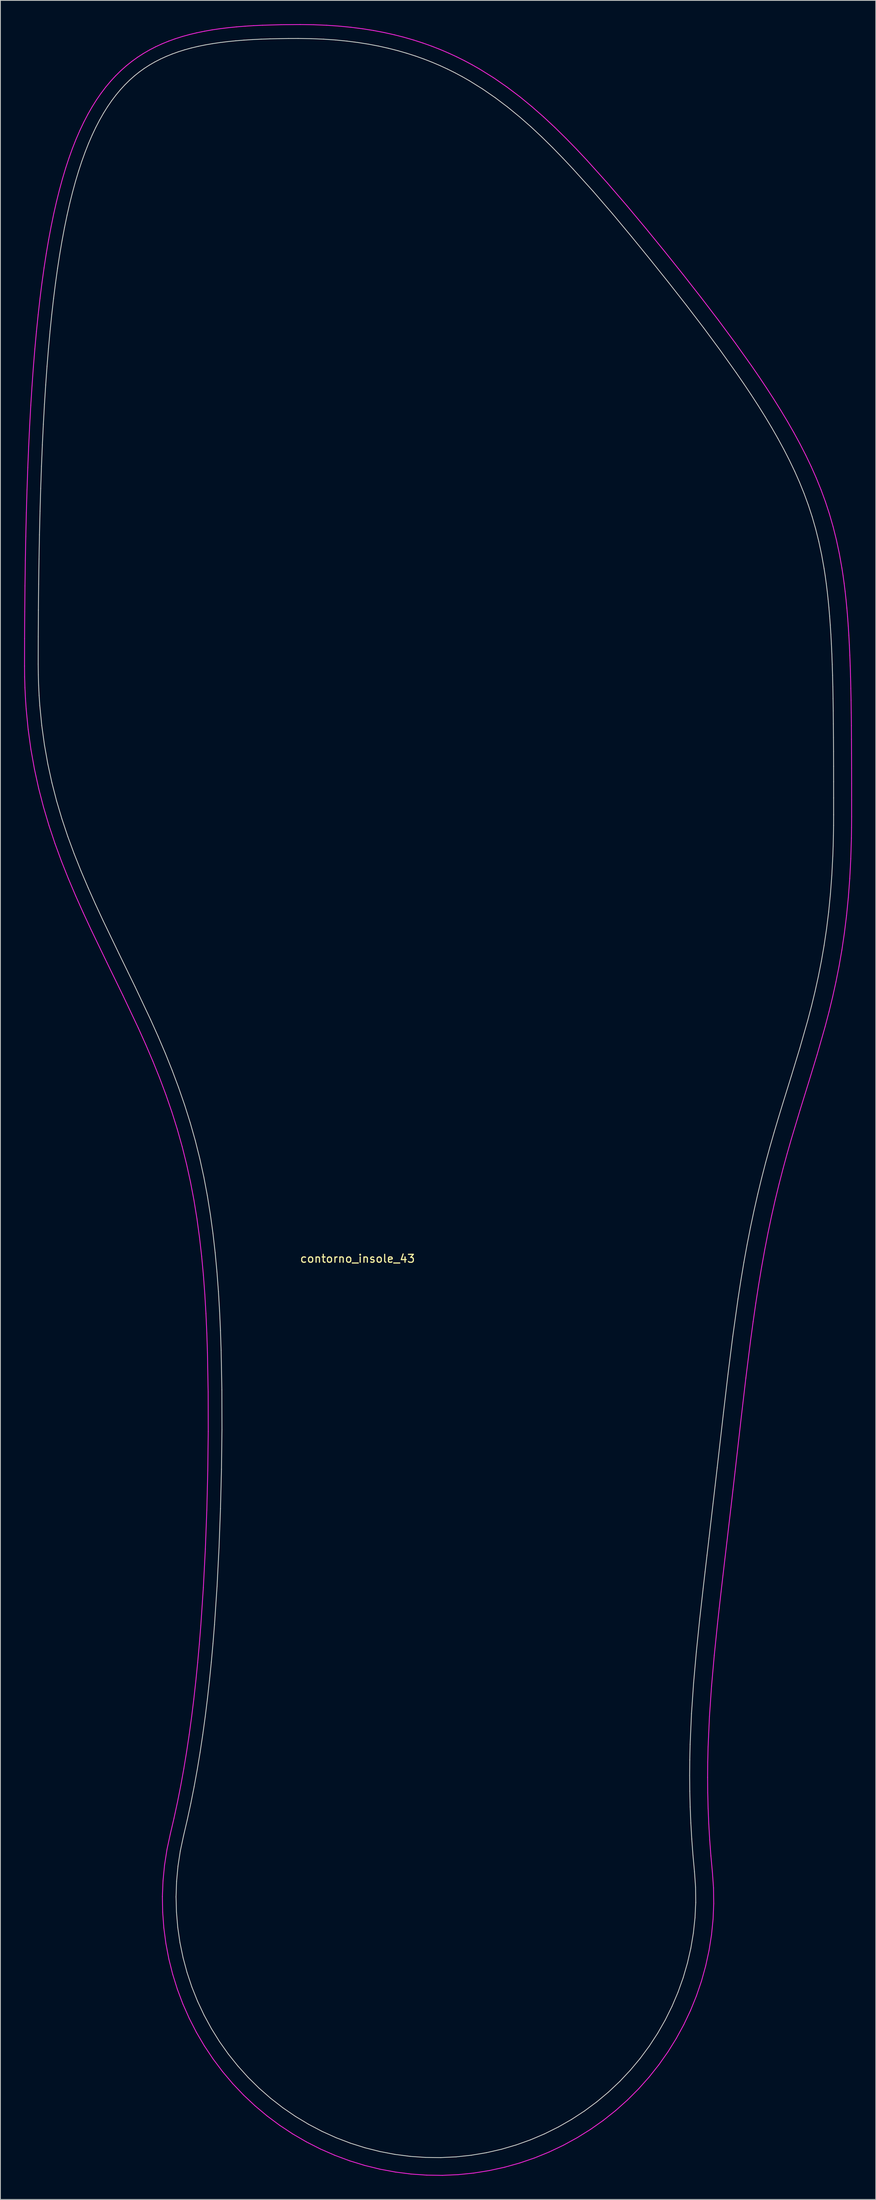
<source format=kicad_pcb>
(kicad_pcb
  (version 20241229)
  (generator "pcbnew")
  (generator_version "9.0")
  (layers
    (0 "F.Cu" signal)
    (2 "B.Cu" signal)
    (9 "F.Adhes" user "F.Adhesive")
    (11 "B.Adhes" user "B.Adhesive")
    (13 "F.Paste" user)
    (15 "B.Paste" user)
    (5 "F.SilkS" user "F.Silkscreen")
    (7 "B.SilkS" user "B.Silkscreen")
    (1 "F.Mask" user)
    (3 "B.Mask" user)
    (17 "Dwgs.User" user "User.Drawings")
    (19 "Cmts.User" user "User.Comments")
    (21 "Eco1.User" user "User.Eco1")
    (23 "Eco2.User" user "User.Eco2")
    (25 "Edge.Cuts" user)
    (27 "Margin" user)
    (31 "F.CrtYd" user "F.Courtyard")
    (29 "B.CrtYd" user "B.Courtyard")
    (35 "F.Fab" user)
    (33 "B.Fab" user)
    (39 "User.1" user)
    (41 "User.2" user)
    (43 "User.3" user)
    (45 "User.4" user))
  (footprint "contorno_insole_43"
    (layer "F.Cu")
    (at 52.82 153.226)
    (property "Reference" "contorno_insole_43" (at -10.7 2.7 0) (layer "F.SilkS") (effects (font (size 1 1) (thickness 0.15))))
    (attr through_hole)
    (fp_line (start -51.043 -72.392) (end -51.03 -71.057) (stroke (width 0.1) (type solid)) (layer "Edge.Cuts"))
    (fp_line (start -51.037 -75.858) (end -51.043 -72.392) (stroke (width 0.1) (type solid)) (layer "Edge.Cuts"))
    (fp_line (start -51.03 -71.057) (end -50.992 -69.74) (stroke (width 0.1) (type solid)) (layer "Edge.Cuts"))
    (fp_line (start -51.018 -79.223) (end -51.037 -75.858) (stroke (width 0.1) (type solid)) (layer "Edge.Cuts"))
    (fp_line (start -50.992 -69.74) (end -50.929 -68.439) (stroke (width 0.1) (type solid)) (layer "Edge.Cuts"))
    (fp_line (start -50.987 -82.49) (end -51.018 -79.223) (stroke (width 0.1) (type solid)) (layer "Edge.Cuts"))
    (fp_line (start -50.942 -85.658) (end -50.987 -82.49) (stroke (width 0.1) (type solid)) (layer "Edge.Cuts"))
    (fp_line (start -50.929 -68.439) (end -50.841 -67.155) (stroke (width 0.1) (type solid)) (layer "Edge.Cuts"))
    (fp_line (start -50.884 -88.73) (end -50.942 -85.658) (stroke (width 0.1) (type solid)) (layer "Edge.Cuts"))
    (fp_line (start -50.841 -67.155) (end -50.593 -64.633) (stroke (width 0.1) (type solid)) (layer "Edge.Cuts"))
    (fp_line (start -50.813 -91.708) (end -50.884 -88.73) (stroke (width 0.1) (type solid)) (layer "Edge.Cuts"))
    (fp_line (start -50.729 -94.591) (end -50.813 -91.708) (stroke (width 0.1) (type solid)) (layer "Edge.Cuts"))
    (fp_line (start -50.631 -97.382) (end -50.729 -94.591) (stroke (width 0.1) (type solid)) (layer "Edge.Cuts"))
    (fp_line (start -50.593 -64.633) (end -50.253 -62.171) (stroke (width 0.1) (type solid)) (layer "Edge.Cuts"))
    (fp_line (start -50.519 -100.083) (end -50.631 -97.382) (stroke (width 0.1) (type solid)) (layer "Edge.Cuts"))
    (fp_line (start -50.393 -102.693) (end -50.519 -100.083) (stroke (width 0.1) (type solid)) (layer "Edge.Cuts"))
    (fp_line (start -50.253 -62.171) (end -49.825 -59.764) (stroke (width 0.1) (type solid)) (layer "Edge.Cuts"))
    (fp_line (start -50.253 -105.216) (end -50.393 -102.693) (stroke (width 0.1) (type solid)) (layer "Edge.Cuts"))
    (fp_line (start -50.098 -107.652) (end -50.253 -105.216) (stroke (width 0.1) (type solid)) (layer "Edge.Cuts"))
    (fp_line (start -49.929 -110.002) (end -50.098 -107.652) (stroke (width 0.1) (type solid)) (layer "Edge.Cuts"))
    (fp_line (start -49.825 -59.764) (end -49.312 -57.411) (stroke (width 0.1) (type solid)) (layer "Edge.Cuts"))
    (fp_line (start -49.745 -112.268) (end -49.929 -110.002) (stroke (width 0.1) (type solid)) (layer "Edge.Cuts"))
    (fp_line (start -49.546 -114.451) (end -49.745 -112.268) (stroke (width 0.1) (type solid)) (layer "Edge.Cuts"))
    (fp_line (start -49.332 -116.553) (end -49.546 -114.451) (stroke (width 0.1) (type solid)) (layer "Edge.Cuts"))
    (fp_line (start -49.312 -57.411) (end -48.719 -55.106) (stroke (width 0.1) (type solid)) (layer "Edge.Cuts"))
    (fp_line (start -49.103 -118.574) (end -49.332 -116.553) (stroke (width 0.1) (type solid)) (layer "Edge.Cuts"))
    (fp_line (start -48.858 -120.518) (end -49.103 -118.574) (stroke (width 0.1) (type solid)) (layer "Edge.Cuts"))
    (fp_line (start -48.719 -55.106) (end -48.049 -52.848) (stroke (width 0.1) (type solid)) (layer "Edge.Cuts"))
    (fp_line (start -48.598 -122.383) (end -48.858 -120.518) (stroke (width 0.1) (type solid)) (layer "Edge.Cuts"))
    (fp_line (start -48.322 -124.173) (end -48.598 -122.383) (stroke (width 0.1) (type solid)) (layer "Edge.Cuts"))
    (fp_line (start -48.049 -52.848) (end -47.309 -50.629) (stroke (width 0.1) (type solid)) (layer "Edge.Cuts"))
    (fp_line (start -48.03 -125.888) (end -48.322 -124.173) (stroke (width 0.1) (type solid)) (layer "Edge.Cuts"))
    (fp_line (start -47.722 -127.53) (end -48.03 -125.888) (stroke (width 0.1) (type solid)) (layer "Edge.Cuts"))
    (fp_line (start -47.397 -129.1) (end -47.722 -127.53) (stroke (width 0.1) (type solid)) (layer "Edge.Cuts"))
    (fp_line (start -47.309 -50.629) (end -46.505 -48.445) (stroke (width 0.1) (type solid)) (layer "Edge.Cuts"))
    (fp_line (start -47.057 -130.597) (end -47.397 -129.1) (stroke (width 0.1) (type solid)) (layer "Edge.Cuts"))
    (fp_line (start -46.7 -132.025) (end -47.057 -130.597) (stroke (width 0.1) (type solid)) (layer "Edge.Cuts"))
    (fp_line (start -46.505 -48.445) (end -45.648 -46.291) (stroke (width 0.1) (type solid)) (layer "Edge.Cuts"))
    (fp_line (start -46.328 -133.385) (end -46.7 -132.025) (stroke (width 0.1) (type solid)) (layer "Edge.Cuts"))
    (fp_line (start -45.939 -134.678) (end -46.328 -133.385) (stroke (width 0.1) (type solid)) (layer "Edge.Cuts"))
    (fp_line (start -45.648 -46.291) (end -44.744 -44.163) (stroke (width 0.1) (type solid)) (layer "Edge.Cuts"))
    (fp_line (start -45.535 -135.905) (end -45.939 -134.678) (stroke (width 0.1) (type solid)) (layer "Edge.Cuts"))
    (fp_line (start -45.116 -137.069) (end -45.535 -135.905) (stroke (width 0.1) (type solid)) (layer "Edge.Cuts"))
    (fp_line (start -44.744 -44.163) (end -43.803 -42.055) (stroke (width 0.1) (type solid)) (layer "Edge.Cuts"))
    (fp_line (start -44.681 -138.171) (end -45.116 -137.069) (stroke (width 0.1) (type solid)) (layer "Edge.Cuts"))
    (fp_line (start -44.23 -139.212) (end -44.681 -138.171) (stroke (width 0.1) (type solid)) (layer "Edge.Cuts"))
    (fp_line (start -43.803 -42.055) (end -42.832 -39.963) (stroke (width 0.1) (type solid)) (layer "Edge.Cuts"))
    (fp_line (start -43.765 -140.194) (end -44.23 -139.212) (stroke (width 0.1) (type solid)) (layer "Edge.Cuts"))
    (fp_line (start -43.284 -141.119) (end -43.765 -140.194) (stroke (width 0.1) (type solid)) (layer "Edge.Cuts"))
    (fp_line (start -42.832 -39.963) (end -40.834 -35.809) (stroke (width 0.1) (type solid)) (layer "Edge.Cuts"))
    (fp_line (start -42.788 -141.989) (end -43.284 -141.119) (stroke (width 0.1) (type solid)) (layer "Edge.Cuts"))
    (fp_line (start -42.278 -142.804) (end -42.788 -141.989) (stroke (width 0.1) (type solid)) (layer "Edge.Cuts"))
    (fp_line (start -41.753 -143.567) (end -42.278 -142.804) (stroke (width 0.1) (type solid)) (layer "Edge.Cuts"))
    (fp_line (start -41.213 -144.279) (end -41.753 -143.567) (stroke (width 0.1) (type solid)) (layer "Edge.Cuts"))
    (fp_line (start -40.834 -35.809) (end -38.816 -31.663) (stroke (width 0.1) (type solid)) (layer "Edge.Cuts"))
    (fp_line (start -40.659 -144.944) (end -41.213 -144.279) (stroke (width 0.1) (type solid)) (layer "Edge.Cuts"))
    (fp_line (start -40.089 -145.564) (end -40.659 -144.944) (stroke (width 0.1) (type solid)) (layer "Edge.Cuts"))
    (fp_line (start -39.504 -146.142) (end -40.089 -145.564) (stroke (width 0.1) (type solid)) (layer "Edge.Cuts"))
    (fp_line (start -38.901 -146.679) (end -39.504 -146.142) (stroke (width 0.1) (type solid)) (layer "Edge.Cuts"))
    (fp_line (start -38.816 -31.663) (end -36.845 -27.488) (stroke (width 0.1) (type solid)) (layer "Edge.Cuts"))
    (fp_line (start -38.281 -147.177) (end -38.901 -146.679) (stroke (width 0.1) (type solid)) (layer "Edge.Cuts"))
    (fp_line (start -37.64 -147.639) (end -38.281 -147.177) (stroke (width 0.1) (type solid)) (layer "Edge.Cuts"))
    (fp_line (start -36.979 -148.065) (end -37.64 -147.639) (stroke (width 0.1) (type solid)) (layer "Edge.Cuts"))
    (fp_line (start -36.845 -27.488) (end -35.897 -25.377) (stroke (width 0.1) (type solid)) (layer "Edge.Cuts"))
    (fp_line (start -36.297 -148.459) (end -36.979 -148.065) (stroke (width 0.1) (type solid)) (layer "Edge.Cuts"))
    (fp_line (start -35.897 -25.377) (end -34.988 -23.245) (stroke (width 0.1) (type solid)) (layer "Edge.Cuts"))
    (fp_line (start -35.592 -148.821) (end -36.297 -148.459) (stroke (width 0.1) (type solid)) (layer "Edge.Cuts"))
    (fp_line (start -34.988 -23.245) (end -34.123 -21.09) (stroke (width 0.1) (type solid)) (layer "Edge.Cuts"))
    (fp_line (start -34.863 -149.153) (end -35.592 -148.821) (stroke (width 0.1) (type solid)) (layer "Edge.Cuts"))
    (fp_line (start -34.123 -21.09) (end -33.307 -18.909) (stroke (width 0.1) (type solid)) (layer "Edge.Cuts"))
    (fp_line (start -34.109 -149.458) (end -34.863 -149.153) (stroke (width 0.1) (type solid)) (layer "Edge.Cuts"))
    (fp_line (start -33.628 83.308) (end -33.577 85.244) (stroke (width 0.1) (type solid)) (layer "Edge.Cuts"))
    (fp_line (start -33.577 85.244) (end -33.413 87.174) (stroke (width 0.1) (type solid)) (layer "Edge.Cuts"))
    (fp_line (start -33.564 81.373) (end -33.628 83.308) (stroke (width 0.1) (type solid)) (layer "Edge.Cuts"))
    (fp_line (start -33.413 87.174) (end -33.135 89.09) (stroke (width 0.1) (type solid)) (layer "Edge.Cuts"))
    (fp_line (start -33.386 79.444) (end -33.564 81.373) (stroke (width 0.1) (type solid)) (layer "Edge.Cuts"))
    (fp_line (start -33.329 -149.738) (end -34.109 -149.458) (stroke (width 0.1) (type solid)) (layer "Edge.Cuts"))
    (fp_line (start -33.307 -18.909) (end -32.544 -16.703) (stroke (width 0.1) (type solid)) (layer "Edge.Cuts"))
    (fp_line (start -33.135 89.09) (end -32.745 90.987) (stroke (width 0.1) (type solid)) (layer "Edge.Cuts"))
    (fp_line (start -33.095 77.53) (end -33.386 79.444) (stroke (width 0.1) (type solid)) (layer "Edge.Cuts"))
    (fp_line (start -32.745 90.987) (end -32.243 92.858) (stroke (width 0.1) (type solid)) (layer "Edge.Cuts"))
    (fp_line (start -32.692 75.636) (end -33.095 77.53) (stroke (width 0.1) (type solid)) (layer "Edge.Cuts"))
    (fp_line (start -32.544 -16.703) (end -31.84 -14.469) (stroke (width 0.1) (type solid)) (layer "Edge.Cuts"))
    (fp_line (start -32.522 -149.992) (end -33.329 -149.738) (stroke (width 0.1) (type solid)) (layer "Edge.Cuts"))
    (fp_line (start -32.243 92.858) (end -31.632 94.695) (stroke (width 0.1) (type solid)) (layer "Edge.Cuts"))
    (fp_line (start -32.212 73.587) (end -32.692 75.636) (stroke (width 0.1) (type solid)) (layer "Edge.Cuts"))
    (fp_line (start -31.84 -14.469) (end -31.198 -12.206) (stroke (width 0.1) (type solid)) (layer "Edge.Cuts"))
    (fp_line (start -31.762 71.503) (end -32.212 73.587) (stroke (width 0.1) (type solid)) (layer "Edge.Cuts"))
    (fp_line (start -31.687 -150.22) (end -32.522 -149.992) (stroke (width 0.1) (type solid)) (layer "Edge.Cuts"))
    (fp_line (start -31.632 94.695) (end -30.913 96.494) (stroke (width 0.1) (type solid)) (layer "Edge.Cuts"))
    (fp_line (start -31.342 69.385) (end -31.762 71.503) (stroke (width 0.1) (type solid)) (layer "Edge.Cuts"))
    (fp_line (start -31.198 -12.206) (end -30.623 -9.913) (stroke (width 0.1) (type solid)) (layer "Edge.Cuts"))
    (fp_line (start -30.952 67.234) (end -31.342 69.385) (stroke (width 0.1) (type solid)) (layer "Edge.Cuts"))
    (fp_line (start -30.913 96.494) (end -30.09 98.247) (stroke (width 0.1) (type solid)) (layer "Edge.Cuts"))
    (fp_line (start -30.823 -150.424) (end -31.687 -150.22) (stroke (width 0.1) (type solid)) (layer "Edge.Cuts"))
    (fp_line (start -30.623 -9.913) (end -30.116 -7.591) (stroke (width 0.1) (type solid)) (layer "Edge.Cuts"))
    (fp_line (start -30.59 65.05) (end -30.952 67.234) (stroke (width 0.1) (type solid)) (layer "Edge.Cuts"))
    (fp_line (start -30.257 62.834) (end -30.59 65.05) (stroke (width 0.1) (type solid)) (layer "Edge.Cuts"))
    (fp_line (start -30.116 -7.591) (end -29.673 -5.241) (stroke (width 0.1) (type solid)) (layer "Edge.Cuts"))
    (fp_line (start -30.09 98.247) (end -29.165 99.948) (stroke (width 0.1) (type solid)) (layer "Edge.Cuts"))
    (fp_line (start -29.949 60.586) (end -30.257 62.834) (stroke (width 0.1) (type solid)) (layer "Edge.Cuts"))
    (fp_line (start -29.931 -150.606) (end -30.823 -150.424) (stroke (width 0.1) (type solid)) (layer "Edge.Cuts"))
    (fp_line (start -29.673 -5.241) (end -29.291 -2.866) (stroke (width 0.1) (type solid)) (layer "Edge.Cuts"))
    (fp_line (start -29.667 58.309) (end -29.949 60.586) (stroke (width 0.1) (type solid)) (layer "Edge.Cuts"))
    (fp_line (start -29.41 56.004) (end -29.667 58.309) (stroke (width 0.1) (type solid)) (layer "Edge.Cuts"))
    (fp_line (start -29.291 -2.866) (end -28.963 -0.469) (stroke (width 0.1) (type solid)) (layer "Edge.Cuts"))
    (fp_line (start -29.175 53.673) (end -29.41 56.004) (stroke (width 0.1) (type solid)) (layer "Edge.Cuts"))
    (fp_line (start -29.165 99.948) (end -28.142 101.592) (stroke (width 0.1) (type solid)) (layer "Edge.Cuts"))
    (fp_line (start -29.011 -150.765) (end -29.931 -150.606) (stroke (width 0.1) (type solid)) (layer "Edge.Cuts"))
    (fp_line (start -28.963 -0.469) (end -28.688 1.95) (stroke (width 0.1) (type solid)) (layer "Edge.Cuts"))
    (fp_line (start -28.963 51.317) (end -29.175 53.673) (stroke (width 0.1) (type solid)) (layer "Edge.Cuts"))
    (fp_line (start -28.772 48.939) (end -28.963 51.317) (stroke (width 0.1) (type solid)) (layer "Edge.Cuts"))
    (fp_line (start -28.688 1.95) (end -28.46 4.387) (stroke (width 0.1) (type solid)) (layer "Edge.Cuts"))
    (fp_line (start -28.46 4.387) (end -28.275 6.841) (stroke (width 0.1) (type solid)) (layer "Edge.Cuts"))
    (fp_line (start -28.45 44.121) (end -28.772 48.939) (stroke (width 0.1) (type solid)) (layer "Edge.Cuts"))
    (fp_line (start -28.275 6.841) (end -28.129 9.309) (stroke (width 0.1) (type solid)) (layer "Edge.Cuts"))
    (fp_line (start -28.201 39.231) (end -28.45 44.121) (stroke (width 0.1) (type solid)) (layer "Edge.Cuts"))
    (fp_line (start -28.142 101.592) (end -27.023 103.172) (stroke (width 0.1) (type solid)) (layer "Edge.Cuts"))
    (fp_line (start -28.129 9.309) (end -28.018 11.789) (stroke (width 0.1) (type solid)) (layer "Edge.Cuts"))
    (fp_line (start -28.062 -150.904) (end -29.011 -150.765) (stroke (width 0.1) (type solid)) (layer "Edge.Cuts"))
    (fp_line (start -28.018 11.789) (end -27.936 14.279) (stroke (width 0.1) (type solid)) (layer "Edge.Cuts"))
    (fp_line (start -28.016 34.284) (end -28.201 39.231) (stroke (width 0.1) (type solid)) (layer "Edge.Cuts"))
    (fp_line (start -27.936 14.279) (end -27.84 19.279) (stroke (width 0.1) (type solid)) (layer "Edge.Cuts"))
    (fp_line (start -27.89 29.298) (end -28.016 34.284) (stroke (width 0.1) (type solid)) (layer "Edge.Cuts"))
    (fp_line (start -27.84 19.279) (end -27.828 24.29) (stroke (width 0.1) (type solid)) (layer "Edge.Cuts"))
    (fp_line (start -27.828 24.29) (end -27.89 29.298) (stroke (width 0.1) (type solid)) (layer "Edge.Cuts"))
    (fp_line (start -27.084 -151.024) (end -28.062 -150.904) (stroke (width 0.1) (type solid)) (layer "Edge.Cuts"))
    (fp_line (start -27.023 103.172) (end -25.812 104.684) (stroke (width 0.1) (type solid)) (layer "Edge.Cuts"))
    (fp_line (start -26.078 -151.125) (end -27.084 -151.024) (stroke (width 0.1) (type solid)) (layer "Edge.Cuts"))
    (fp_line (start -25.812 104.684) (end -24.515 106.122) (stroke (width 0.1) (type solid)) (layer "Edge.Cuts"))
    (fp_line (start -25.043 -151.209) (end -26.078 -151.125) (stroke (width 0.1) (type solid)) (layer "Edge.Cuts"))
    (fp_line (start -24.515 106.122) (end -23.135 107.481) (stroke (width 0.1) (type solid)) (layer "Edge.Cuts"))
    (fp_line (start -23.978 -151.277) (end -25.043 -151.209) (stroke (width 0.1) (type solid)) (layer "Edge.Cuts"))
    (fp_line (start -23.135 107.481) (end -21.678 108.756) (stroke (width 0.1) (type solid)) (layer "Edge.Cuts"))
    (fp_line (start -22.884 -151.33) (end -23.978 -151.277) (stroke (width 0.1) (type solid)) (layer "Edge.Cuts"))
    (fp_line (start -21.761 -151.369) (end -22.884 -151.33) (stroke (width 0.1) (type solid)) (layer "Edge.Cuts"))
    (fp_line (start -21.678 108.756) (end -20.148 109.943) (stroke (width 0.1) (type solid)) (layer "Edge.Cuts"))
    (fp_line (start -20.609 -151.395) (end -21.761 -151.369) (stroke (width 0.1) (type solid)) (layer "Edge.Cuts"))
    (fp_line (start -20.148 109.943) (end -18.55 111.038) (stroke (width 0.1) (type solid)) (layer "Edge.Cuts"))
    (fp_line (start -19.426 -151.41) (end -20.609 -151.395) (stroke (width 0.1) (type solid)) (layer "Edge.Cuts"))
    (fp_line (start -18.55 111.038) (end -16.891 112.037) (stroke (width 0.1) (type solid)) (layer "Edge.Cuts"))
    (fp_line (start -18.214 -151.415) (end -19.426 -151.41) (stroke (width 0.1) (type solid)) (layer "Edge.Cuts"))
    (fp_line (start -16.891 112.037) (end -15.176 112.936) (stroke (width 0.1) (type solid)) (layer "Edge.Cuts"))
    (fp_line (start -16.571 -151.394) (end -18.214 -151.415) (stroke (width 0.1) (type solid)) (layer "Edge.Cuts"))
    (fp_line (start -15.176 112.936) (end -13.411 113.732) (stroke (width 0.1) (type solid)) (layer "Edge.Cuts"))
    (fp_line (start -14.995 -151.33) (end -16.571 -151.394) (stroke (width 0.1) (type solid)) (layer "Edge.Cuts"))
    (fp_line (start -13.484 -151.227) (end -14.995 -151.33) (stroke (width 0.1) (type solid)) (layer "Edge.Cuts"))
    (fp_line (start -13.411 113.732) (end -11.602 114.423) (stroke (width 0.1) (type solid)) (layer "Edge.Cuts"))
    (fp_line (start -12.034 -151.085) (end -13.484 -151.227) (stroke (width 0.1) (type solid)) (layer "Edge.Cuts"))
    (fp_line (start -11.602 114.423) (end -9.755 115.006) (stroke (width 0.1) (type solid)) (layer "Edge.Cuts"))
    (fp_line (start -10.643 -150.907) (end -12.034 -151.085) (stroke (width 0.1) (type solid)) (layer "Edge.Cuts"))
    (fp_line (start -9.755 115.006) (end -7.877 115.479) (stroke (width 0.1) (type solid)) (layer "Edge.Cuts"))
    (fp_line (start -9.308 -150.695) (end -10.643 -150.907) (stroke (width 0.1) (type solid)) (layer "Edge.Cuts"))
    (fp_line (start -8.025 -150.451) (end -9.308 -150.695) (stroke (width 0.1) (type solid)) (layer "Edge.Cuts"))
    (fp_line (start -7.877 115.479) (end -5.974 115.841) (stroke (width 0.1) (type solid)) (layer "Edge.Cuts"))
    (fp_line (start -6.791 -150.176) (end -8.025 -150.451) (stroke (width 0.1) (type solid)) (layer "Edge.Cuts"))
    (fp_line (start -5.974 115.841) (end -4.054 116.09) (stroke (width 0.1) (type solid)) (layer "Edge.Cuts"))
    (fp_line (start -5.604 -149.873) (end -6.791 -150.176) (stroke (width 0.1) (type solid)) (layer "Edge.Cuts"))
    (fp_line (start -4.459 -149.543) (end -5.604 -149.873) (stroke (width 0.1) (type solid)) (layer "Edge.Cuts"))
    (fp_line (start -4.054 116.09) (end -2.122 116.225) (stroke (width 0.1) (type solid)) (layer "Edge.Cuts"))
    (fp_line (start -3.354 -149.188) (end -4.459 -149.543) (stroke (width 0.1) (type solid)) (layer "Edge.Cuts"))
    (fp_line (start -2.288 -148.809) (end -3.354 -149.188) (stroke (width 0.1) (type solid)) (layer "Edge.Cuts"))
    (fp_line (start -2.122 116.225) (end -0.186 116.246) (stroke (width 0.1) (type solid)) (layer "Edge.Cuts"))
    (fp_line (start -1.258 -148.406) (end -2.288 -148.809) (stroke (width 0.1) (type solid)) (layer "Edge.Cuts"))
    (fp_line (start -0.262 -147.981) (end -1.258 -148.406) (stroke (width 0.1) (type solid)) (layer "Edge.Cuts"))
    (fp_line (start -0.186 116.246) (end 1.749 116.152) (stroke (width 0.1) (type solid)) (layer "Edge.Cuts"))
    (fp_line (start 0.702 -147.535) (end -0.262 -147.981) (stroke (width 0.1) (type solid)) (layer "Edge.Cuts"))
    (fp_line (start 1.636 -147.069) (end 0.702 -147.535) (stroke (width 0.1) (type solid)) (layer "Edge.Cuts"))
    (fp_line (start 1.749 116.152) (end 3.674 115.945) (stroke (width 0.1) (type solid)) (layer "Edge.Cuts"))
    (fp_line (start 2.542 -146.584) (end 1.636 -147.069) (stroke (width 0.1) (type solid)) (layer "Edge.Cuts"))
    (fp_line (start 3.422 -146.081) (end 2.542 -146.584) (stroke (width 0.1) (type solid)) (layer "Edge.Cuts"))
    (fp_line (start 3.674 115.945) (end 5.584 115.625) (stroke (width 0.1) (type solid)) (layer "Edge.Cuts"))
    (fp_line (start 5.114 -145.025) (end 3.422 -146.081) (stroke (width 0.1) (type solid)) (layer "Edge.Cuts"))
    (fp_line (start 5.584 115.625) (end 7.472 115.192) (stroke (width 0.1) (type solid)) (layer "Edge.Cuts"))
    (fp_line (start 6.727 -143.91) (end 5.114 -145.025) (stroke (width 0.1) (type solid)) (layer "Edge.Cuts"))
    (fp_line (start 7.472 115.192) (end 9.331 114.649) (stroke (width 0.1) (type solid)) (layer "Edge.Cuts"))
    (fp_line (start 8.273 -142.742) (end 6.727 -143.91) (stroke (width 0.1) (type solid)) (layer "Edge.Cuts"))
    (fp_line (start 9.331 114.649) (end 11.154 113.998) (stroke (width 0.1) (type solid)) (layer "Edge.Cuts"))
    (fp_line (start 9.76 -141.526) (end 8.273 -142.742) (stroke (width 0.1) (type solid)) (layer "Edge.Cuts"))
    (fp_line (start 11.154 113.998) (end 12.936 113.24) (stroke (width 0.1) (type solid)) (layer "Edge.Cuts"))
    (fp_line (start 11.195 -140.267) (end 9.76 -141.526) (stroke (width 0.1) (type solid)) (layer "Edge.Cuts"))
    (fp_line (start 12.583 -138.971) (end 11.195 -140.267) (stroke (width 0.1) (type solid)) (layer "Edge.Cuts"))
    (fp_line (start 12.936 113.24) (end 14.671 112.378) (stroke (width 0.1) (type solid)) (layer "Edge.Cuts"))
    (fp_line (start 13.933 -137.642) (end 12.583 -138.971) (stroke (width 0.1) (type solid)) (layer "Edge.Cuts"))
    (fp_line (start 14.671 112.378) (end 16.351 111.415) (stroke (width 0.1) (type solid)) (layer "Edge.Cuts"))
    (fp_line (start 15.251 -136.287) (end 13.933 -137.642) (stroke (width 0.1) (type solid)) (layer "Edge.Cuts"))
    (fp_line (start 16.351 111.415) (end 17.972 110.356) (stroke (width 0.1) (type solid)) (layer "Edge.Cuts"))
    (fp_line (start 16.544 -134.909) (end 15.251 -136.287) (stroke (width 0.1) (type solid)) (layer "Edge.Cuts"))
    (fp_line (start 17.972 110.356) (end 19.527 109.202) (stroke (width 0.1) (type solid)) (layer "Edge.Cuts"))
    (fp_line (start 19.071 -132.105) (end 16.544 -134.909) (stroke (width 0.1) (type solid)) (layer "Edge.Cuts"))
    (fp_line (start 19.527 109.202) (end 21.012 107.958) (stroke (width 0.1) (type solid)) (layer "Edge.Cuts"))
    (fp_line (start 21.012 107.958) (end 22.421 106.63) (stroke (width 0.1) (type solid)) (layer "Edge.Cuts"))
    (fp_line (start 21.529 -129.254) (end 19.071 -132.105) (stroke (width 0.1) (type solid)) (layer "Edge.Cuts"))
    (fp_line (start 22.421 106.63) (end 23.749 105.22) (stroke (width 0.1) (type solid)) (layer "Edge.Cuts"))
    (fp_line (start 23.749 105.22) (end 24.991 103.735) (stroke (width 0.1) (type solid)) (layer "Edge.Cuts"))
    (fp_line (start 23.929 -126.373) (end 21.529 -129.254) (stroke (width 0.1) (type solid)) (layer "Edge.Cuts"))
    (fp_line (start 24.991 103.735) (end 26.144 102.179) (stroke (width 0.1) (type solid)) (layer "Edge.Cuts"))
    (fp_line (start 26.144 102.179) (end 27.203 100.558) (stroke (width 0.1) (type solid)) (layer "Edge.Cuts"))
    (fp_line (start 26.282 -123.483) (end 23.929 -126.373) (stroke (width 0.1) (type solid)) (layer "Edge.Cuts"))
    (fp_line (start 27.203 100.558) (end 28.165 98.877) (stroke (width 0.1) (type solid)) (layer "Edge.Cuts"))
    (fp_line (start 28.165 98.877) (end 29.026 97.142) (stroke (width 0.1) (type solid)) (layer "Edge.Cuts"))
    (fp_line (start 28.591 -120.598) (end 26.282 -123.483) (stroke (width 0.1) (type solid)) (layer "Edge.Cuts"))
    (fp_line (start 29.026 97.142) (end 29.783 95.359) (stroke (width 0.1) (type solid)) (layer "Edge.Cuts"))
    (fp_line (start 29.783 95.359) (end 30.434 93.535) (stroke (width 0.1) (type solid)) (layer "Edge.Cuts"))
    (fp_line (start 30.434 93.535) (end 30.976 91.676) (stroke (width 0.1) (type solid)) (layer "Edge.Cuts"))
    (fp_line (start 30.844 -117.722) (end 28.591 -120.598) (stroke (width 0.1) (type solid)) (layer "Edge.Cuts"))
    (fp_line (start 30.976 91.676) (end 31.407 89.788) (stroke (width 0.1) (type solid)) (layer "Edge.Cuts"))
    (fp_line (start 31.256 67.982) (end 31.271 66.015) (stroke (width 0.1) (type solid)) (layer "Edge.Cuts"))
    (fp_line (start 31.271 66.015) (end 31.315 64.06) (stroke (width 0.1) (type solid)) (layer "Edge.Cuts"))
    (fp_line (start 31.273 69.962) (end 31.256 67.982) (stroke (width 0.1) (type solid)) (layer "Edge.Cuts"))
    (fp_line (start 31.315 64.06) (end 31.488 60.174) (stroke (width 0.1) (type solid)) (layer "Edge.Cuts"))
    (fp_line (start 31.322 71.959) (end 31.273 69.962) (stroke (width 0.1) (type solid)) (layer "Edge.Cuts"))
    (fp_line (start 31.405 73.973) (end 31.322 71.959) (stroke (width 0.1) (type solid)) (layer "Edge.Cuts"))
    (fp_line (start 31.407 89.788) (end 31.726 87.878) (stroke (width 0.1) (type solid)) (layer "Edge.Cuts"))
    (fp_line (start 31.488 60.174) (end 31.755 56.288) (stroke (width 0.1) (type solid)) (layer "Edge.Cuts"))
    (fp_line (start 31.522 76.009) (end 31.405 73.973) (stroke (width 0.1) (type solid)) (layer "Edge.Cuts"))
    (fp_line (start 31.676 78.067) (end 31.522 76.009) (stroke (width 0.1) (type solid)) (layer "Edge.Cuts"))
    (fp_line (start 31.726 87.878) (end 31.932 85.953) (stroke (width 0.1) (type solid)) (layer "Edge.Cuts"))
    (fp_line (start 31.755 56.288) (end 32.1 52.373) (stroke (width 0.1) (type solid)) (layer "Edge.Cuts"))
    (fp_line (start 31.867 80.15) (end 31.676 78.067) (stroke (width 0.1) (type solid)) (layer "Edge.Cuts"))
    (fp_line (start 31.932 85.953) (end 32.025 84.018) (stroke (width 0.1) (type solid)) (layer "Edge.Cuts"))
    (fp_line (start 32.003 82.082) (end 31.867 80.15) (stroke (width 0.1) (type solid)) (layer "Edge.Cuts"))
    (fp_line (start 32.025 84.018) (end 32.003 82.082) (stroke (width 0.1) (type solid)) (layer "Edge.Cuts"))
    (fp_line (start 32.1 52.373) (end 32.508 48.398) (stroke (width 0.1) (type solid)) (layer "Edge.Cuts"))
    (fp_line (start 32.508 48.398) (end 32.963 44.336) (stroke (width 0.1) (type solid)) (layer "Edge.Cuts"))
    (fp_line (start 32.963 44.336) (end 33.203 42.264) (stroke (width 0.1) (type solid)) (layer "Edge.Cuts"))
    (fp_line (start 33.028 -114.861) (end 30.844 -117.722) (stroke (width 0.1) (type solid)) (layer "Edge.Cuts"))
    (fp_line (start 33.203 42.264) (end 33.449 40.158) (stroke (width 0.1) (type solid)) (layer "Edge.Cuts"))
    (fp_line (start 33.449 40.158) (end 33.7 38.018) (stroke (width 0.1) (type solid)) (layer "Edge.Cuts"))
    (fp_line (start 33.7 38.018) (end 33.954 35.842) (stroke (width 0.1) (type solid)) (layer "Edge.Cuts"))
    (fp_line (start 33.954 35.842) (end 34.211 33.632) (stroke (width 0.1) (type solid)) (layer "Edge.Cuts"))
    (fp_line (start 34.211 33.632) (end 34.472 31.387) (stroke (width 0.1) (type solid)) (layer "Edge.Cuts"))
    (fp_line (start 34.472 31.387) (end 34.735 29.109) (stroke (width 0.1) (type solid)) (layer "Edge.Cuts"))
    (fp_line (start 34.735 29.109) (end 35 26.798) (stroke (width 0.1) (type solid)) (layer "Edge.Cuts"))
    (fp_line (start 35 26.798) (end 35.538 22.085) (stroke (width 0.1) (type solid)) (layer "Edge.Cuts"))
    (fp_line (start 35.129 -112.019) (end 33.028 -114.861) (stroke (width 0.1) (type solid)) (layer "Edge.Cuts"))
    (fp_line (start 35.538 22.085) (end 36.1 17.3) (stroke (width 0.1) (type solid)) (layer "Edge.Cuts"))
    (fp_line (start 36.1 17.3) (end 36.704 12.51) (stroke (width 0.1) (type solid)) (layer "Edge.Cuts"))
    (fp_line (start 36.704 12.51) (end 37.366 7.781) (stroke (width 0.1) (type solid)) (layer "Edge.Cuts"))
    (fp_line (start 37.135 -109.202) (end 35.129 -112.019) (stroke (width 0.1) (type solid)) (layer "Edge.Cuts"))
    (fp_line (start 37.366 7.781) (end 37.725 5.46) (stroke (width 0.1) (type solid)) (layer "Edge.Cuts"))
    (fp_line (start 37.725 5.46) (end 38.105 3.178) (stroke (width 0.1) (type solid)) (layer "Edge.Cuts"))
    (fp_line (start 38.097 -107.806) (end 37.135 -109.202) (stroke (width 0.1) (type solid)) (layer "Edge.Cuts"))
    (fp_line (start 38.105 3.178) (end 38.509 0.945) (stroke (width 0.1) (type solid)) (layer "Edge.Cuts"))
    (fp_line (start 38.509 0.945) (end 38.936 -1.236) (stroke (width 0.1) (type solid)) (layer "Edge.Cuts"))
    (fp_line (start 38.936 -1.236) (end 39.386 -3.365) (stroke (width 0.1) (type solid)) (layer "Edge.Cuts"))
    (fp_line (start 39.027 -106.416) (end 38.097 -107.806) (stroke (width 0.1) (type solid)) (layer "Edge.Cuts"))
    (fp_line (start 39.386 -3.365) (end 39.856 -5.441) (stroke (width 0.1) (type solid)) (layer "Edge.Cuts"))
    (fp_line (start 39.856 -5.441) (end 40.346 -7.464) (stroke (width 0.1) (type solid)) (layer "Edge.Cuts"))
    (fp_line (start 39.925 -105.032) (end 39.027 -106.416) (stroke (width 0.1) (type solid)) (layer "Edge.Cuts"))
    (fp_line (start 40.346 -7.464) (end 40.854 -9.435) (stroke (width 0.1) (type solid)) (layer "Edge.Cuts"))
    (fp_line (start 40.788 -103.652) (end 39.925 -105.032) (stroke (width 0.1) (type solid)) (layer "Edge.Cuts"))
    (fp_line (start 40.854 -9.435) (end 41.378 -11.352) (stroke (width 0.1) (type solid)) (layer "Edge.Cuts"))
    (fp_line (start 41.378 -11.352) (end 41.915 -13.221) (stroke (width 0.1) (type solid)) (layer "Edge.Cuts"))
    (fp_line (start 41.615 -102.274) (end 40.788 -103.652) (stroke (width 0.1) (type solid)) (layer "Edge.Cuts"))
    (fp_line (start 41.915 -13.221) (end 42.459 -15.051) (stroke (width 0.1) (type solid)) (layer "Edge.Cuts"))
    (fp_line (start 42.403 -100.897) (end 41.615 -102.274) (stroke (width 0.1) (type solid)) (layer "Edge.Cuts"))
    (fp_line (start 42.459 -15.051) (end 43.008 -16.849) (stroke (width 0.1) (type solid)) (layer "Edge.Cuts"))
    (fp_line (start 43.008 -16.849) (end 44.104 -20.379) (stroke (width 0.1) (type solid)) (layer "Edge.Cuts"))
    (fp_line (start 43.152 -99.519) (end 42.403 -100.897) (stroke (width 0.1) (type solid)) (layer "Edge.Cuts"))
    (fp_line (start 43.858 -98.139) (end 43.152 -99.519) (stroke (width 0.1) (type solid)) (layer "Edge.Cuts"))
    (fp_line (start 44.104 -20.379) (end 45.17 -23.875) (stroke (width 0.1) (type solid)) (layer "Edge.Cuts"))
    (fp_line (start 44.521 -96.754) (end 43.858 -98.139) (stroke (width 0.1) (type solid)) (layer "Edge.Cuts"))
    (fp_line (start 45.139 -95.358) (end 44.521 -96.754) (stroke (width 0.1) (type solid)) (layer "Edge.Cuts"))
    (fp_line (start 45.17 -23.875) (end 46.176 -27.4) (stroke (width 0.1) (type solid)) (layer "Edge.Cuts"))
    (fp_line (start 45.714 -93.941) (end 45.139 -95.358) (stroke (width 0.1) (type solid)) (layer "Edge.Cuts"))
    (fp_line (start 46.176 -27.4) (end 46.648 -29.197) (stroke (width 0.1) (type solid)) (layer "Edge.Cuts"))
    (fp_line (start 46.245 -92.494) (end 45.714 -93.941) (stroke (width 0.1) (type solid)) (layer "Edge.Cuts"))
    (fp_line (start 46.648 -29.197) (end 47.093 -31.032) (stroke (width 0.1) (type solid)) (layer "Edge.Cuts"))
    (fp_line (start 46.732 -91.006) (end 46.245 -92.494) (stroke (width 0.1) (type solid)) (layer "Edge.Cuts"))
    (fp_line (start 47.093 -31.032) (end 47.508 -32.914) (stroke (width 0.1) (type solid)) (layer "Edge.Cuts"))
    (fp_line (start 47.174 -89.469) (end 46.732 -91.006) (stroke (width 0.1) (type solid)) (layer "Edge.Cuts"))
    (fp_line (start 47.508 -32.914) (end 47.892 -34.851) (stroke (width 0.1) (type solid)) (layer "Edge.Cuts"))
    (fp_line (start 47.574 -87.872) (end 47.174 -89.469) (stroke (width 0.1) (type solid)) (layer "Edge.Cuts"))
    (fp_line (start 47.892 -34.851) (end 48.24 -36.853) (stroke (width 0.1) (type solid)) (layer "Edge.Cuts"))
    (fp_line (start 47.929 -86.205) (end 47.574 -87.872) (stroke (width 0.1) (type solid)) (layer "Edge.Cuts"))
    (fp_line (start 48.24 -36.853) (end 48.549 -38.93) (stroke (width 0.1) (type solid)) (layer "Edge.Cuts"))
    (fp_line (start 48.242 -84.448) (end 47.929 -86.205) (stroke (width 0.1) (type solid)) (layer "Edge.Cuts"))
    (fp_line (start 48.383 -83.531) (end 48.242 -84.448) (stroke (width 0.1) (type solid)) (layer "Edge.Cuts"))
    (fp_line (start 48.513 -82.584) (end 48.383 -83.531) (stroke (width 0.1) (type solid)) (layer "Edge.Cuts"))
    (fp_line (start 48.549 -38.93) (end 48.816 -41.09) (stroke (width 0.1) (type solid)) (layer "Edge.Cuts"))
    (fp_line (start 48.634 -81.605) (end 48.513 -82.584) (stroke (width 0.1) (type solid)) (layer "Edge.Cuts"))
    (fp_line (start 48.745 -80.592) (end 48.634 -81.605) (stroke (width 0.1) (type solid)) (layer "Edge.Cuts"))
    (fp_line (start 48.816 -41.09) (end 49.039 -43.343) (stroke (width 0.1) (type solid)) (layer "Edge.Cuts"))
    (fp_line (start 48.847 -79.543) (end 48.745 -80.592) (stroke (width 0.1) (type solid)) (layer "Edge.Cuts"))
    (fp_line (start 48.939 -78.454) (end 48.847 -79.543) (stroke (width 0.1) (type solid)) (layer "Edge.Cuts"))
    (fp_line (start 49.023 -77.325) (end 48.939 -78.454) (stroke (width 0.1) (type solid)) (layer "Edge.Cuts"))
    (fp_line (start 49.039 -43.343) (end 49.214 -45.693) (stroke (width 0.1) (type solid)) (layer "Edge.Cuts"))
    (fp_line (start 49.097 -76.151) (end 49.023 -77.325) (stroke (width 0.1) (type solid)) (layer "Edge.Cuts"))
    (fp_line (start 49.163 -74.931) (end 49.097 -76.151) (stroke (width 0.1) (type solid)) (layer "Edge.Cuts"))
    (fp_line (start 49.214 -45.693) (end 49.341 -48.145) (stroke (width 0.1) (type solid)) (layer "Edge.Cuts"))
    (fp_line (start 49.22 -73.663) (end 49.163 -74.931) (stroke (width 0.1) (type solid)) (layer "Edge.Cuts"))
    (fp_line (start 49.269 -72.343) (end 49.22 -73.663) (stroke (width 0.1) (type solid)) (layer "Edge.Cuts"))
    (fp_line (start 49.31 -70.969) (end 49.269 -72.343) (stroke (width 0.1) (type solid)) (layer "Edge.Cuts"))
    (fp_line (start 49.341 -48.145) (end 49.386 -49.409) (stroke (width 0.1) (type solid)) (layer "Edge.Cuts"))
    (fp_line (start 49.344 -69.536) (end 49.31 -70.969) (stroke (width 0.1) (type solid)) (layer "Edge.Cuts"))
    (fp_line (start 49.372 -68.04) (end 49.344 -69.536) (stroke (width 0.1) (type solid)) (layer "Edge.Cuts"))
    (fp_line (start 49.386 -49.409) (end 49.419 -50.7) (stroke (width 0.1) (type solid)) (layer "Edge.Cuts"))
    (fp_line (start 49.394 -66.477) (end 49.372 -68.04) (stroke (width 0.1) (type solid)) (layer "Edge.Cuts"))
    (fp_line (start 49.411 -64.845) (end 49.394 -66.477) (stroke (width 0.1) (type solid)) (layer "Edge.Cuts"))
    (fp_line (start 49.419 -50.7) (end 49.438 -52.018) (stroke (width 0.1) (type solid)) (layer "Edge.Cuts"))
    (fp_line (start 49.424 -63.138) (end 49.411 -64.845) (stroke (width 0.1) (type solid)) (layer "Edge.Cuts"))
    (fp_line (start 49.433 -61.354) (end 49.424 -63.138) (stroke (width 0.1) (type solid)) (layer "Edge.Cuts"))
    (fp_line (start 49.438 -52.018) (end 49.444 -53.364) (stroke (width 0.1) (type solid)) (layer "Edge.Cuts"))
    (fp_line (start 49.439 -59.488) (end 49.433 -61.354) (stroke (width 0.1) (type solid)) (layer "Edge.Cuts"))
    (fp_line (start 49.442 -57.537) (end 49.439 -59.488) (stroke (width 0.1) (type solid)) (layer "Edge.Cuts"))
    (fp_line (start 49.444 -55.497) (end 49.442 -57.537) (stroke (width 0.1) (type solid)) (layer "Edge.Cuts"))
    (fp_line (start 49.444 -53.364) (end 49.444 -55.497) (stroke (width 0.1) (type solid)) (layer "Edge.Cuts"))
    (fp_line (start -52.77 -72.152) (end -52.764 -75.625) (stroke (width 0.1) (type solid)) (layer "F.CrtYd"))
    (fp_line (start -52.764 -75.625) (end -52.745 -78.998) (stroke (width 0.1) (type solid)) (layer "F.CrtYd"))
    (fp_line (start -52.757 -70.78) (end -52.77 -72.152) (stroke (width 0.1) (type solid)) (layer "F.CrtYd"))
    (fp_line (start -52.745 -78.998) (end -52.714 -82.272) (stroke (width 0.1) (type solid)) (layer "F.CrtYd"))
    (fp_line (start -52.719 -69.423) (end -52.757 -70.78) (stroke (width 0.1) (type solid)) (layer "F.CrtYd"))
    (fp_line (start -52.714 -82.272) (end -52.67 -85.45) (stroke (width 0.1) (type solid)) (layer "F.CrtYd"))
    (fp_line (start -52.67 -85.45) (end -52.612 -88.531) (stroke (width 0.1) (type solid)) (layer "F.CrtYd"))
    (fp_line (start -52.655 -68.083) (end -52.719 -69.423) (stroke (width 0.1) (type solid)) (layer "F.CrtYd"))
    (fp_line (start -52.612 -88.531) (end -52.542 -91.518) (stroke (width 0.1) (type solid)) (layer "F.CrtYd"))
    (fp_line (start -52.566 -66.758) (end -52.655 -68.083) (stroke (width 0.1) (type solid)) (layer "F.CrtYd"))
    (fp_line (start -52.542 -91.518) (end -52.457 -94.413) (stroke (width 0.1) (type solid)) (layer "F.CrtYd"))
    (fp_line (start -52.457 -94.413) (end -52.359 -97.216) (stroke (width 0.1) (type solid)) (layer "F.CrtYd"))
    (fp_line (start -52.359 -97.216) (end -52.247 -99.929) (stroke (width 0.1) (type solid)) (layer "F.CrtYd"))
    (fp_line (start -52.313 -64.155) (end -52.566 -66.758) (stroke (width 0.1) (type solid)) (layer "F.CrtYd"))
    (fp_line (start -52.247 -99.929) (end -52.121 -102.553) (stroke (width 0.1) (type solid)) (layer "F.CrtYd"))
    (fp_line (start -52.121 -102.553) (end -51.98 -105.091) (stroke (width 0.1) (type solid)) (layer "F.CrtYd"))
    (fp_line (start -51.98 -105.091) (end -51.824 -107.543) (stroke (width 0.1) (type solid)) (layer "F.CrtYd"))
    (fp_line (start -51.963 -61.614) (end -52.313 -64.155) (stroke (width 0.1) (type solid)) (layer "F.CrtYd"))
    (fp_line (start -51.824 -107.543) (end -51.654 -109.911) (stroke (width 0.1) (type solid)) (layer "F.CrtYd"))
    (fp_line (start -51.654 -109.911) (end -51.468 -112.196) (stroke (width 0.1) (type solid)) (layer "F.CrtYd"))
    (fp_line (start -51.519 -59.131) (end -51.963 -61.614) (stroke (width 0.1) (type solid)) (layer "F.CrtYd"))
    (fp_line (start -51.468 -112.196) (end -51.267 -114.4) (stroke (width 0.1) (type solid)) (layer "F.CrtYd"))
    (fp_line (start -51.267 -114.4) (end -51.05 -116.524) (stroke (width 0.1) (type solid)) (layer "F.CrtYd"))
    (fp_line (start -51.05 -116.524) (end -50.818 -118.57) (stroke (width 0.1) (type solid)) (layer "F.CrtYd"))
    (fp_line (start -50.988 -56.704) (end -51.519 -59.131) (stroke (width 0.1) (type solid)) (layer "F.CrtYd"))
    (fp_line (start -50.818 -118.57) (end -50.57 -120.54) (stroke (width 0.1) (type solid)) (layer "F.CrtYd"))
    (fp_line (start -50.57 -120.54) (end -50.305 -122.433) (stroke (width 0.1) (type solid)) (layer "F.CrtYd"))
    (fp_line (start -50.374 -54.33) (end -50.988 -56.704) (stroke (width 0.1) (type solid)) (layer "F.CrtYd"))
    (fp_line (start -50.305 -122.433) (end -50.024 -124.253) (stroke (width 0.1) (type solid)) (layer "F.CrtYd"))
    (fp_line (start -50.024 -124.253) (end -49.726 -126.001) (stroke (width 0.1) (type solid)) (layer "F.CrtYd"))
    (fp_line (start -49.726 -126.001) (end -49.411 -127.677) (stroke (width 0.1) (type solid)) (layer "F.CrtYd"))
    (fp_line (start -49.683 -52.006) (end -50.374 -54.33) (stroke (width 0.1) (type solid)) (layer "F.CrtYd"))
    (fp_line (start -49.411 -127.677) (end -49.079 -129.284) (stroke (width 0.1) (type solid)) (layer "F.CrtYd"))
    (fp_line (start -49.079 -129.284) (end -48.729 -130.822) (stroke (width 0.1) (type solid)) (layer "F.CrtYd"))
    (fp_line (start -48.924 -49.728) (end -49.683 -52.006) (stroke (width 0.1) (type solid)) (layer "F.CrtYd"))
    (fp_line (start -48.729 -130.822) (end -48.362 -132.294) (stroke (width 0.1) (type solid)) (layer "F.CrtYd"))
    (fp_line (start -48.362 -132.294) (end -47.978 -133.701) (stroke (width 0.1) (type solid)) (layer "F.CrtYd"))
    (fp_line (start -48.104 -47.491) (end -48.924 -49.728) (stroke (width 0.1) (type solid)) (layer "F.CrtYd"))
    (fp_line (start -47.978 -133.701) (end -47.575 -135.044) (stroke (width 0.1) (type solid)) (layer "F.CrtYd"))
    (fp_line (start -47.575 -135.044) (end -47.154 -136.324) (stroke (width 0.1) (type solid)) (layer "F.CrtYd"))
    (fp_line (start -47.23 -45.292) (end -48.104 -47.491) (stroke (width 0.1) (type solid)) (layer "F.CrtYd"))
    (fp_line (start -47.154 -136.324) (end -46.714 -137.544) (stroke (width 0.1) (type solid)) (layer "F.CrtYd"))
    (fp_line (start -46.714 -137.544) (end -46.256 -138.704) (stroke (width 0.1) (type solid)) (layer "F.CrtYd"))
    (fp_line (start -46.311 -43.126) (end -47.23 -45.292) (stroke (width 0.1) (type solid)) (layer "F.CrtYd"))
    (fp_line (start -46.256 -138.704) (end -45.778 -139.807) (stroke (width 0.1) (type solid)) (layer "F.CrtYd"))
    (fp_line (start -45.778 -139.807) (end -45.282 -140.853) (stroke (width 0.1) (type solid)) (layer "F.CrtYd"))
    (fp_line (start -45.357 -40.989) (end -46.311 -43.126) (stroke (width 0.1) (type solid)) (layer "F.CrtYd"))
    (fp_line (start -45.282 -140.853) (end -44.766 -141.843) (stroke (width 0.1) (type solid)) (layer "F.CrtYd"))
    (fp_line (start -44.766 -141.843) (end -44.231 -142.781) (stroke (width 0.1) (type solid)) (layer "F.CrtYd"))
    (fp_line (start -44.375 -38.874) (end -45.357 -40.989) (stroke (width 0.1) (type solid)) (layer "F.CrtYd"))
    (fp_line (start -44.231 -142.781) (end -43.675 -143.666) (stroke (width 0.1) (type solid)) (layer "F.CrtYd"))
    (fp_line (start -43.675 -143.666) (end -43.1 -144.5) (stroke (width 0.1) (type solid)) (layer "F.CrtYd"))
    (fp_line (start -43.1 -144.5) (end -42.504 -145.285) (stroke (width 0.1) (type solid)) (layer "F.CrtYd"))
    (fp_line (start -42.504 -145.285) (end -41.888 -146.022) (stroke (width 0.1) (type solid)) (layer "F.CrtYd"))
    (fp_line (start -42.363 -34.697) (end -44.375 -38.874) (stroke (width 0.1) (type solid)) (layer "F.CrtYd"))
    (fp_line (start -41.888 -146.022) (end -41.251 -146.713) (stroke (width 0.1) (type solid)) (layer "F.CrtYd"))
    (fp_line (start -41.251 -146.713) (end -40.594 -147.359) (stroke (width 0.1) (type solid)) (layer "F.CrtYd"))
    (fp_line (start -40.594 -147.359) (end -39.915 -147.962) (stroke (width 0.1) (type solid)) (layer "F.CrtYd"))
    (fp_line (start -40.346 -30.556) (end -42.363 -34.697) (stroke (width 0.1) (type solid)) (layer "F.CrtYd"))
    (fp_line (start -39.915 -147.962) (end -39.214 -148.523) (stroke (width 0.1) (type solid)) (layer "F.CrtYd"))
    (fp_line (start -39.214 -148.523) (end -38.492 -149.043) (stroke (width 0.1) (type solid)) (layer "F.CrtYd"))
    (fp_line (start -38.492 -149.043) (end -37.748 -149.524) (stroke (width 0.1) (type solid)) (layer "F.CrtYd"))
    (fp_line (start -38.39 -26.415) (end -40.346 -30.556) (stroke (width 0.1) (type solid)) (layer "F.CrtYd"))
    (fp_line (start -37.748 -149.524) (end -36.983 -149.967) (stroke (width 0.1) (type solid)) (layer "F.CrtYd"))
    (fp_line (start -37.455 -24.334) (end -38.39 -26.415) (stroke (width 0.1) (type solid)) (layer "F.CrtYd"))
    (fp_line (start -36.983 -149.967) (end -36.194 -150.375) (stroke (width 0.1) (type solid)) (layer "F.CrtYd"))
    (fp_line (start -36.559 -22.239) (end -37.455 -24.334) (stroke (width 0.1) (type solid)) (layer "F.CrtYd"))
    (fp_line (start -36.194 -150.375) (end -35.384 -150.747) (stroke (width 0.1) (type solid)) (layer "F.CrtYd"))
    (fp_line (start -35.708 -20.127) (end -36.559 -22.239) (stroke (width 0.1) (type solid)) (layer "F.CrtYd"))
    (fp_line (start -35.384 -150.747) (end -34.55 -151.086) (stroke (width 0.1) (type solid)) (layer "F.CrtYd"))
    (fp_line (start -35.354 83.272) (end -35.275 81.286) (stroke (width 0.1) (type solid)) (layer "F.CrtYd"))
    (fp_line (start -35.319 85.259) (end -35.354 83.272) (stroke (width 0.1) (type solid)) (layer "F.CrtYd"))
    (fp_line (start -35.275 81.286) (end -35.083 79.308) (stroke (width 0.1) (type solid)) (layer "F.CrtYd"))
    (fp_line (start -35.172 87.24) (end -35.319 85.259) (stroke (width 0.1) (type solid)) (layer "F.CrtYd"))
    (fp_line (start -35.083 79.308) (end -34.778 77.344) (stroke (width 0.1) (type solid)) (layer "F.CrtYd"))
    (fp_line (start -34.911 89.21) (end -35.172 87.24) (stroke (width 0.1) (type solid)) (layer "F.CrtYd"))
    (fp_line (start -34.908 -17.995) (end -35.708 -20.127) (stroke (width 0.1) (type solid)) (layer "F.CrtYd"))
    (fp_line (start -34.778 77.344) (end -34.362 75.401) (stroke (width 0.1) (type solid)) (layer "F.CrtYd"))
    (fp_line (start -34.55 -151.086) (end -33.694 -151.394) (stroke (width 0.1) (type solid)) (layer "F.CrtYd"))
    (fp_line (start -34.539 91.162) (end -34.911 89.21) (stroke (width 0.1) (type solid)) (layer "F.CrtYd"))
    (fp_line (start -34.362 75.401) (end -33.89 73.387) (stroke (width 0.1) (type solid)) (layer "F.CrtYd"))
    (fp_line (start -34.164 -15.841) (end -34.908 -17.995) (stroke (width 0.1) (type solid)) (layer "F.CrtYd"))
    (fp_line (start -34.056 93.09) (end -34.539 91.162) (stroke (width 0.1) (type solid)) (layer "F.CrtYd"))
    (fp_line (start -33.89 73.387) (end -33.447 71.338) (stroke (width 0.1) (type solid)) (layer "F.CrtYd"))
    (fp_line (start -33.694 -151.394) (end -32.814 -151.671) (stroke (width 0.1) (type solid)) (layer "F.CrtYd"))
    (fp_line (start -33.479 -13.66) (end -34.164 -15.841) (stroke (width 0.1) (type solid)) (layer "F.CrtYd"))
    (fp_line (start -33.463 94.987) (end -34.056 93.09) (stroke (width 0.1) (type solid)) (layer "F.CrtYd"))
    (fp_line (start -33.447 71.338) (end -33.034 69.253) (stroke (width 0.1) (type solid)) (layer "F.CrtYd"))
    (fp_line (start -33.034 69.253) (end -32.649 67.133) (stroke (width 0.1) (type solid)) (layer "F.CrtYd"))
    (fp_line (start -32.857 -11.453) (end -33.479 -13.66) (stroke (width 0.1) (type solid)) (layer "F.CrtYd"))
    (fp_line (start -32.814 -151.671) (end -31.911 -151.919) (stroke (width 0.1) (type solid)) (layer "F.CrtYd"))
    (fp_line (start -32.764 96.847) (end -33.463 94.987) (stroke (width 0.1) (type solid)) (layer "F.CrtYd"))
    (fp_line (start -32.649 67.133) (end -32.293 64.978) (stroke (width 0.1) (type solid)) (layer "F.CrtYd"))
    (fp_line (start -32.297 -9.216) (end -32.857 -11.453) (stroke (width 0.1) (type solid)) (layer "F.CrtYd"))
    (fp_line (start -32.293 64.978) (end -31.964 62.791) (stroke (width 0.1) (type solid)) (layer "F.CrtYd"))
    (fp_line (start -31.964 62.791) (end -31.661 60.571) (stroke (width 0.1) (type solid)) (layer "F.CrtYd"))
    (fp_line (start -31.959 98.664) (end -32.764 96.847) (stroke (width 0.1) (type solid)) (layer "F.CrtYd"))
    (fp_line (start -31.911 -151.919) (end -30.985 -152.14) (stroke (width 0.1) (type solid)) (layer "F.CrtYd"))
    (fp_line (start -31.8 -6.951) (end -32.297 -9.216) (stroke (width 0.1) (type solid)) (layer "F.CrtYd"))
    (fp_line (start -31.661 60.571) (end -31.383 58.32) (stroke (width 0.1) (type solid)) (layer "F.CrtYd"))
    (fp_line (start -31.383 58.32) (end -31.13 56.039) (stroke (width 0.1) (type solid)) (layer "F.CrtYd"))
    (fp_line (start -31.364 -4.657) (end -31.8 -6.951) (stroke (width 0.1) (type solid)) (layer "F.CrtYd"))
    (fp_line (start -31.13 56.039) (end -30.899 53.731) (stroke (width 0.1) (type solid)) (layer "F.CrtYd"))
    (fp_line (start -31.053 100.432) (end -31.959 98.664) (stroke (width 0.1) (type solid)) (layer "F.CrtYd"))
    (fp_line (start -30.987 -2.334) (end -31.364 -4.657) (stroke (width 0.1) (type solid)) (layer "F.CrtYd"))
    (fp_line (start -30.985 -152.14) (end -30.034 -152.334) (stroke (width 0.1) (type solid)) (layer "F.CrtYd"))
    (fp_line (start -30.899 53.731) (end -30.689 51.395) (stroke (width 0.1) (type solid)) (layer "F.CrtYd"))
    (fp_line (start -30.689 51.395) (end -30.5 49.035) (stroke (width 0.1) (type solid)) (layer "F.CrtYd"))
    (fp_line (start -30.666 0.015) (end -30.987 -2.334) (stroke (width 0.1) (type solid)) (layer "F.CrtYd"))
    (fp_line (start -30.5 49.035) (end -30.179 44.247) (stroke (width 0.1) (type solid)) (layer "F.CrtYd"))
    (fp_line (start -30.396 2.391) (end -30.666 0.015) (stroke (width 0.1) (type solid)) (layer "F.CrtYd"))
    (fp_line (start -30.179 44.247) (end -29.928 39.383) (stroke (width 0.1) (type solid)) (layer "F.CrtYd"))
    (fp_line (start -30.174 4.79) (end -30.396 2.391) (stroke (width 0.1) (type solid)) (layer "F.CrtYd"))
    (fp_line (start -30.046 102.146) (end -31.053 100.432) (stroke (width 0.1) (type solid)) (layer "F.CrtYd"))
    (fp_line (start -30.034 -152.334) (end -29.06 -152.505) (stroke (width 0.1) (type solid)) (layer "F.CrtYd"))
    (fp_line (start -29.994 7.211) (end -30.174 4.79) (stroke (width 0.1) (type solid)) (layer "F.CrtYd"))
    (fp_line (start -29.928 39.383) (end -29.742 34.462) (stroke (width 0.1) (type solid)) (layer "F.CrtYd"))
    (fp_line (start -29.852 9.65) (end -29.994 7.211) (stroke (width 0.1) (type solid)) (layer "F.CrtYd"))
    (fp_line (start -29.743 12.105) (end -29.852 9.65) (stroke (width 0.1) (type solid)) (layer "F.CrtYd"))
    (fp_line (start -29.742 34.462) (end -29.621 29.501) (stroke (width 0.1) (type solid)) (layer "F.CrtYd"))
    (fp_line (start -29.663 14.573) (end -29.743 12.105) (stroke (width 0.1) (type solid)) (layer "F.CrtYd"))
    (fp_line (start -29.621 29.501) (end -29.563 24.52) (stroke (width 0.1) (type solid)) (layer "F.CrtYd"))
    (fp_line (start -29.574 19.537) (end -29.663 14.573) (stroke (width 0.1) (type solid)) (layer "F.CrtYd"))
    (fp_line (start -29.563 24.52) (end -29.574 19.537) (stroke (width 0.1) (type solid)) (layer "F.CrtYd"))
    (fp_line (start -29.06 -152.505) (end -28.061 -152.652) (stroke (width 0.1) (type solid)) (layer "F.CrtYd"))
    (fp_line (start -28.944 103.799) (end -30.046 102.146) (stroke (width 0.1) (type solid)) (layer "F.CrtYd"))
    (fp_line (start -28.061 -152.652) (end -27.037 -152.777) (stroke (width 0.1) (type solid)) (layer "F.CrtYd"))
    (fp_line (start -27.749 105.387) (end -28.944 103.799) (stroke (width 0.1) (type solid)) (layer "F.CrtYd"))
    (fp_line (start -27.037 -152.777) (end -25.989 -152.882) (stroke (width 0.1) (type solid)) (layer "F.CrtYd"))
    (fp_line (start -26.466 106.905) (end -27.749 105.387) (stroke (width 0.1) (type solid)) (layer "F.CrtYd"))
    (fp_line (start -25.989 -152.882) (end -24.916 -152.969) (stroke (width 0.1) (type solid)) (layer "F.CrtYd"))
    (fp_line (start -25.098 108.346) (end -26.466 106.905) (stroke (width 0.1) (type solid)) (layer "F.CrtYd"))
    (fp_line (start -24.916 -152.969) (end -23.818 -153.038) (stroke (width 0.1) (type solid)) (layer "F.CrtYd"))
    (fp_line (start -23.818 -153.038) (end -22.694 -153.091) (stroke (width 0.1) (type solid)) (layer "F.CrtYd"))
    (fp_line (start -23.65 109.707) (end -25.098 108.346) (stroke (width 0.1) (type solid)) (layer "F.CrtYd"))
    (fp_line (start -22.694 -153.091) (end -20.37 -153.156) (stroke (width 0.1) (type solid)) (layer "F.CrtYd"))
    (fp_line (start -22.127 110.984) (end -23.65 109.707) (stroke (width 0.1) (type solid)) (layer "F.CrtYd"))
    (fp_line (start -20.534 112.171) (end -22.127 110.984) (stroke (width 0.1) (type solid)) (layer "F.CrtYd"))
    (fp_line (start -20.37 -153.156) (end -17.941 -153.176) (stroke (width 0.1) (type solid)) (layer "F.CrtYd"))
    (fp_line (start -18.875 113.266) (end -20.534 112.171) (stroke (width 0.1) (type solid)) (layer "F.CrtYd"))
    (fp_line (start -17.941 -153.176) (end -16.244 -153.153) (stroke (width 0.1) (type solid)) (layer "F.CrtYd"))
    (fp_line (start -17.157 114.264) (end -18.875 113.266) (stroke (width 0.1) (type solid)) (layer "F.CrtYd"))
    (fp_line (start -16.244 -153.153) (end -14.613 -153.087) (stroke (width 0.1) (type solid)) (layer "F.CrtYd"))
    (fp_line (start -15.385 115.163) (end -17.157 114.264) (stroke (width 0.1) (type solid)) (layer "F.CrtYd"))
    (fp_line (start -14.613 -153.087) (end -13.045 -152.979) (stroke (width 0.1) (type solid)) (layer "F.CrtYd"))
    (fp_line (start -13.564 115.959) (end -15.385 115.163) (stroke (width 0.1) (type solid)) (layer "F.CrtYd"))
    (fp_line (start -13.045 -152.979) (end -11.538 -152.831) (stroke (width 0.1) (type solid)) (layer "F.CrtYd"))
    (fp_line (start -11.701 116.65) (end -13.564 115.959) (stroke (width 0.1) (type solid)) (layer "F.CrtYd"))
    (fp_line (start -11.538 -152.831) (end -10.088 -152.646) (stroke (width 0.1) (type solid)) (layer "F.CrtYd"))
    (fp_line (start -10.088 -152.646) (end -8.692 -152.425) (stroke (width 0.1) (type solid)) (layer "F.CrtYd"))
    (fp_line (start -9.801 117.234) (end -11.701 116.65) (stroke (width 0.1) (type solid)) (layer "F.CrtYd"))
    (fp_line (start -8.692 -152.425) (end -7.348 -152.169) (stroke (width 0.1) (type solid)) (layer "F.CrtYd"))
    (fp_line (start -7.871 117.708) (end -9.801 117.234) (stroke (width 0.1) (type solid)) (layer "F.CrtYd"))
    (fp_line (start -7.348 -152.169) (end -6.054 -151.881) (stroke (width 0.1) (type solid)) (layer "F.CrtYd"))
    (fp_line (start -6.054 -151.881) (end -4.806 -151.563) (stroke (width 0.1) (type solid)) (layer "F.CrtYd"))
    (fp_line (start -5.918 118.071) (end -7.871 117.708) (stroke (width 0.1) (type solid)) (layer "F.CrtYd"))
    (fp_line (start -4.806 -151.563) (end -3.602 -151.215) (stroke (width 0.1) (type solid)) (layer "F.CrtYd"))
    (fp_line (start -3.947 118.323) (end -5.918 118.071) (stroke (width 0.1) (type solid)) (layer "F.CrtYd"))
    (fp_line (start -3.602 -151.215) (end -2.44 -150.84) (stroke (width 0.1) (type solid)) (layer "F.CrtYd"))
    (fp_line (start -2.44 -150.84) (end -1.317 -150.439) (stroke (width 0.1) (type solid)) (layer "F.CrtYd"))
    (fp_line (start -1.964 118.461) (end -3.947 118.323) (stroke (width 0.1) (type solid)) (layer "F.CrtYd"))
    (fp_line (start -1.317 -150.439) (end -0.232 -150.014) (stroke (width 0.1) (type solid)) (layer "F.CrtYd"))
    (fp_line (start -0.232 -150.014) (end 0.818 -149.565) (stroke (width 0.1) (type solid)) (layer "F.CrtYd"))
    (fp_line (start 0.023 118.487) (end -1.964 118.461) (stroke (width 0.1) (type solid)) (layer "F.CrtYd"))
    (fp_line (start 0.818 -149.565) (end 1.834 -149.094) (stroke (width 0.1) (type solid)) (layer "F.CrtYd"))
    (fp_line (start 1.834 -149.094) (end 2.82 -148.603) (stroke (width 0.1) (type solid)) (layer "F.CrtYd"))
    (fp_line (start 2.008 118.399) (end 0.023 118.487) (stroke (width 0.1) (type solid)) (layer "F.CrtYd"))
    (fp_line (start 2.82 -148.603) (end 3.776 -148.092) (stroke (width 0.1) (type solid)) (layer "F.CrtYd"))
    (fp_line (start 3.776 -148.092) (end 4.704 -147.564) (stroke (width 0.1) (type solid)) (layer "F.CrtYd"))
    (fp_line (start 3.985 118.198) (end 2.008 118.399) (stroke (width 0.1) (type solid)) (layer "F.CrtYd"))
    (fp_line (start 4.704 -147.564) (end 6.484 -146.456) (stroke (width 0.1) (type solid)) (layer "F.CrtYd"))
    (fp_line (start 5.947 117.884) (end 3.985 118.198) (stroke (width 0.1) (type solid)) (layer "F.CrtYd"))
    (fp_line (start 6.484 -146.456) (end 8.173 -145.289) (stroke (width 0.1) (type solid)) (layer "F.CrtYd"))
    (fp_line (start 7.889 117.459) (end 5.947 117.884) (stroke (width 0.1) (type solid)) (layer "F.CrtYd"))
    (fp_line (start 8.173 -145.289) (end 9.783 -144.071) (stroke (width 0.1) (type solid)) (layer "F.CrtYd"))
    (fp_line (start 9.783 -144.071) (end 11.324 -142.808) (stroke (width 0.1) (type solid)) (layer "F.CrtYd"))
    (fp_line (start 9.803 116.924) (end 7.889 117.459) (stroke (width 0.1) (type solid)) (layer "F.CrtYd"))
    (fp_line (start 11.324 -142.808) (end 12.805 -141.506) (stroke (width 0.1) (type solid)) (layer "F.CrtYd"))
    (fp_line (start 11.683 116.281) (end 9.803 116.924) (stroke (width 0.1) (type solid)) (layer "F.CrtYd"))
    (fp_line (start 12.805 -141.506) (end 14.234 -140.173) (stroke (width 0.1) (type solid)) (layer "F.CrtYd"))
    (fp_line (start 13.523 115.531) (end 11.683 116.281) (stroke (width 0.1) (type solid)) (layer "F.CrtYd"))
    (fp_line (start 14.234 -140.173) (end 15.62 -138.812) (stroke (width 0.1) (type solid)) (layer "F.CrtYd"))
    (fp_line (start 15.318 114.678) (end 13.523 115.531) (stroke (width 0.1) (type solid)) (layer "F.CrtYd"))
    (fp_line (start 15.62 -138.812) (end 16.969 -137.429) (stroke (width 0.1) (type solid)) (layer "F.CrtYd"))
    (fp_line (start 16.969 -137.429) (end 18.286 -136.027) (stroke (width 0.1) (type solid)) (layer "F.CrtYd"))
    (fp_line (start 17.061 113.724) (end 15.318 114.678) (stroke (width 0.1) (type solid)) (layer "F.CrtYd"))
    (fp_line (start 18.286 -136.027) (end 20.844 -133.182) (stroke (width 0.1) (type solid)) (layer "F.CrtYd"))
    (fp_line (start 18.747 112.672) (end 17.061 113.724) (stroke (width 0.1) (type solid)) (layer "F.CrtYd"))
    (fp_line (start 20.37 111.526) (end 18.747 112.672) (stroke (width 0.1) (type solid)) (layer "F.CrtYd"))
    (fp_line (start 20.844 -133.182) (end 23.323 -130.302) (stroke (width 0.1) (type solid)) (layer "F.CrtYd"))
    (fp_line (start 21.925 110.288) (end 20.37 111.526) (stroke (width 0.1) (type solid)) (layer "F.CrtYd"))
    (fp_line (start 23.323 -130.302) (end 25.742 -127.404) (stroke (width 0.1) (type solid)) (layer "F.CrtYd"))
    (fp_line (start 23.407 108.965) (end 21.925 110.288) (stroke (width 0.1) (type solid)) (layer "F.CrtYd"))
    (fp_line (start 24.811 107.558) (end 23.407 108.965) (stroke (width 0.1) (type solid)) (layer "F.CrtYd"))
    (fp_line (start 25.742 -127.404) (end 28.111 -124.5) (stroke (width 0.1) (type solid)) (layer "F.CrtYd"))
    (fp_line (start 26.133 106.074) (end 24.811 107.558) (stroke (width 0.1) (type solid)) (layer "F.CrtYd"))
    (fp_line (start 27.368 104.517) (end 26.133 106.074) (stroke (width 0.1) (type solid)) (layer "F.CrtYd"))
    (fp_line (start 28.111 -124.5) (end 30.43 -121.598) (stroke (width 0.1) (type solid)) (layer "F.CrtYd"))
    (fp_line (start 28.512 102.893) (end 27.368 104.517) (stroke (width 0.1) (type solid)) (layer "F.CrtYd"))
    (fp_line (start 29.562 101.205) (end 28.512 102.893) (stroke (width 0.1) (type solid)) (layer "F.CrtYd"))
    (fp_line (start 30.43 -121.598) (end 32.695 -118.705) (stroke (width 0.1) (type solid)) (layer "F.CrtYd"))
    (fp_line (start 30.513 99.461) (end 29.562 101.205) (stroke (width 0.1) (type solid)) (layer "F.CrtYd"))
    (fp_line (start 31.364 97.665) (end 30.513 99.461) (stroke (width 0.1) (type solid)) (layer "F.CrtYd"))
    (fp_line (start 32.11 95.823) (end 31.364 97.665) (stroke (width 0.1) (type solid)) (layer "F.CrtYd"))
    (fp_line (start 32.695 -118.705) (end 34.896 -115.823) (stroke (width 0.1) (type solid)) (layer "F.CrtYd"))
    (fp_line (start 32.751 93.942) (end 32.11 95.823) (stroke (width 0.1) (type solid)) (layer "F.CrtYd"))
    (fp_line (start 33.283 92.027) (end 32.751 93.942) (stroke (width 0.1) (type solid)) (layer "F.CrtYd"))
    (fp_line (start 33.525 68.216) (end 33.541 70.162) (stroke (width 0.1) (type solid)) (layer "F.CrtYd"))
    (fp_line (start 33.541 66.283) (end 33.525 68.216) (stroke (width 0.1) (type solid)) (layer "F.CrtYd"))
    (fp_line (start 33.541 70.162) (end 33.589 72.125) (stroke (width 0.1) (type solid)) (layer "F.CrtYd"))
    (fp_line (start 33.586 64.36) (end 33.541 66.283) (stroke (width 0.1) (type solid)) (layer "F.CrtYd"))
    (fp_line (start 33.589 72.125) (end 33.671 74.107) (stroke (width 0.1) (type solid)) (layer "F.CrtYd"))
    (fp_line (start 33.671 74.107) (end 33.788 76.112) (stroke (width 0.1) (type solid)) (layer "F.CrtYd"))
    (fp_line (start 33.705 90.085) (end 33.283 92.027) (stroke (width 0.1) (type solid)) (layer "F.CrtYd"))
    (fp_line (start 33.757 60.53) (end 33.586 64.36) (stroke (width 0.1) (type solid)) (layer "F.CrtYd"))
    (fp_line (start 33.788 76.112) (end 33.94 78.139) (stroke (width 0.1) (type solid)) (layer "F.CrtYd"))
    (fp_line (start 33.94 78.139) (end 34.129 80.191) (stroke (width 0.1) (type solid)) (layer "F.CrtYd"))
    (fp_line (start 34.016 88.123) (end 33.705 90.085) (stroke (width 0.1) (type solid)) (layer "F.CrtYd"))
    (fp_line (start 34.022 56.691) (end 33.757 60.53) (stroke (width 0.1) (type solid)) (layer "F.CrtYd"))
    (fp_line (start 34.129 80.191) (end 34.27 82.173) (stroke (width 0.1) (type solid)) (layer "F.CrtYd"))
    (fp_line (start 34.214 86.145) (end 34.016 88.123) (stroke (width 0.1) (type solid)) (layer "F.CrtYd"))
    (fp_line (start 34.27 82.173) (end 34.299 84.16) (stroke (width 0.1) (type solid)) (layer "F.CrtYd"))
    (fp_line (start 34.299 84.16) (end 34.214 86.145) (stroke (width 0.1) (type solid)) (layer "F.CrtYd"))
    (fp_line (start 34.365 52.81) (end 34.022 56.691) (stroke (width 0.1) (type solid)) (layer "F.CrtYd"))
    (fp_line (start 34.77 48.857) (end 34.365 52.81) (stroke (width 0.1) (type solid)) (layer "F.CrtYd"))
    (fp_line (start 34.896 -115.823) (end 37.019 -112.955) (stroke (width 0.1) (type solid)) (layer "F.CrtYd"))
    (fp_line (start 34.992 46.845) (end 34.77 48.857) (stroke (width 0.1) (type solid)) (layer "F.CrtYd"))
    (fp_line (start 35.223 44.805) (end 34.992 46.845) (stroke (width 0.1) (type solid)) (layer "F.CrtYd"))
    (fp_line (start 35.462 42.735) (end 35.223 44.805) (stroke (width 0.1) (type solid)) (layer "F.CrtYd"))
    (fp_line (start 35.708 40.632) (end 35.462 42.735) (stroke (width 0.1) (type solid)) (layer "F.CrtYd"))
    (fp_line (start 35.96 38.495) (end 35.708 40.632) (stroke (width 0.1) (type solid)) (layer "F.CrtYd"))
    (fp_line (start 36.215 36.321) (end 35.96 38.495) (stroke (width 0.1) (type solid)) (layer "F.CrtYd"))
    (fp_line (start 36.473 34.111) (end 36.215 36.321) (stroke (width 0.1) (type solid)) (layer "F.CrtYd"))
    (fp_line (start 36.733 31.864) (end 36.473 34.111) (stroke (width 0.1) (type solid)) (layer "F.CrtYd"))
    (fp_line (start 36.996 29.581) (end 36.733 31.864) (stroke (width 0.1) (type solid)) (layer "F.CrtYd"))
    (fp_line (start 37.019 -112.955) (end 39.05 -110.104) (stroke (width 0.1) (type solid)) (layer "F.CrtYd"))
    (fp_line (start 37.26 27.265) (end 36.996 29.581) (stroke (width 0.1) (type solid)) (layer "F.CrtYd"))
    (fp_line (start 37.797 22.554) (end 37.26 27.265) (stroke (width 0.1) (type solid)) (layer "F.CrtYd"))
    (fp_line (start 38.357 17.78) (end 37.797 22.554) (stroke (width 0.1) (type solid)) (layer "F.CrtYd"))
    (fp_line (start 38.957 13.01) (end 38.357 17.78) (stroke (width 0.1) (type solid)) (layer "F.CrtYd"))
    (fp_line (start 39.05 -110.104) (end 40.026 -108.685) (stroke (width 0.1) (type solid)) (layer "F.CrtYd"))
    (fp_line (start 39.278 10.649) (end 38.957 13.01) (stroke (width 0.1) (type solid)) (layer "F.CrtYd"))
    (fp_line (start 39.615 8.315) (end 39.278 10.649) (stroke (width 0.1) (type solid)) (layer "F.CrtYd"))
    (fp_line (start 39.971 6.016) (end 39.615 8.315) (stroke (width 0.1) (type solid)) (layer "F.CrtYd"))
    (fp_line (start 40.026 -108.685) (end 40.972 -107.27) (stroke (width 0.1) (type solid)) (layer "F.CrtYd"))
    (fp_line (start 40.348 3.76) (end 39.971 6.016) (stroke (width 0.1) (type solid)) (layer "F.CrtYd"))
    (fp_line (start 40.746 1.551) (end 40.348 3.76) (stroke (width 0.1) (type solid)) (layer "F.CrtYd"))
    (fp_line (start 40.972 -107.27) (end 41.887 -105.858) (stroke (width 0.1) (type solid)) (layer "F.CrtYd"))
    (fp_line (start 41.166 -0.605) (end 40.746 1.551) (stroke (width 0.1) (type solid)) (layer "F.CrtYd"))
    (fp_line (start 41.608 -2.706) (end 41.166 -0.605) (stroke (width 0.1) (type solid)) (layer "F.CrtYd"))
    (fp_line (start 41.887 -105.858) (end 42.768 -104.448) (stroke (width 0.1) (type solid)) (layer "F.CrtYd"))
    (fp_line (start 42.072 -4.751) (end 41.608 -2.706) (stroke (width 0.1) (type solid)) (layer "F.CrtYd"))
    (fp_line (start 42.556 -6.741) (end 42.072 -4.751) (stroke (width 0.1) (type solid)) (layer "F.CrtYd"))
    (fp_line (start 42.768 -104.448) (end 43.615 -103.039) (stroke (width 0.1) (type solid)) (layer "F.CrtYd"))
    (fp_line (start 43.058 -8.68) (end 42.556 -6.741) (stroke (width 0.1) (type solid)) (layer "F.CrtYd"))
    (fp_line (start 43.576 -10.573) (end 43.058 -8.68) (stroke (width 0.1) (type solid)) (layer "F.CrtYd"))
    (fp_line (start 43.615 -103.039) (end 44.424 -101.627) (stroke (width 0.1) (type solid)) (layer "F.CrtYd"))
    (fp_line (start 44.106 -12.423) (end 43.576 -10.573) (stroke (width 0.1) (type solid)) (layer "F.CrtYd"))
    (fp_line (start 44.424 -101.627) (end 45.194 -100.211) (stroke (width 0.1) (type solid)) (layer "F.CrtYd"))
    (fp_line (start 45.192 -16.028) (end 44.106 -12.423) (stroke (width 0.1) (type solid)) (layer "F.CrtYd"))
    (fp_line (start 45.194 -100.211) (end 45.923 -98.787) (stroke (width 0.1) (type solid)) (layer "F.CrtYd"))
    (fp_line (start 45.923 -98.787) (end 46.611 -97.35) (stroke (width 0.1) (type solid)) (layer "F.CrtYd"))
    (fp_line (start 46.286 -19.554) (end 45.192 -16.028) (stroke (width 0.1) (type solid)) (layer "F.CrtYd"))
    (fp_line (start 46.611 -97.35) (end 47.255 -95.894) (stroke (width 0.1) (type solid)) (layer "F.CrtYd"))
    (fp_line (start 47.255 -95.894) (end 47.854 -94.414) (stroke (width 0.1) (type solid)) (layer "F.CrtYd"))
    (fp_line (start 47.359 -23.066) (end 46.286 -19.554) (stroke (width 0.1) (type solid)) (layer "F.CrtYd"))
    (fp_line (start 47.854 -94.414) (end 48.409 -92.902) (stroke (width 0.1) (type solid)) (layer "F.CrtYd"))
    (fp_line (start 48.379 -26.636) (end 47.359 -23.066) (stroke (width 0.1) (type solid)) (layer "F.CrtYd"))
    (fp_line (start 48.409 -92.902) (end 48.917 -91.349) (stroke (width 0.1) (type solid)) (layer "F.CrtYd"))
    (fp_line (start 48.859 -28.465) (end 48.379 -26.636) (stroke (width 0.1) (type solid)) (layer "F.CrtYd"))
    (fp_line (start 48.917 -91.349) (end 49.379 -89.747) (stroke (width 0.1) (type solid)) (layer "F.CrtYd"))
    (fp_line (start 49.314 -30.337) (end 48.859 -28.465) (stroke (width 0.1) (type solid)) (layer "F.CrtYd"))
    (fp_line (start 49.379 -89.747) (end 49.795 -88.083) (stroke (width 0.1) (type solid)) (layer "F.CrtYd"))
    (fp_line (start 49.739 -32.259) (end 49.314 -30.337) (stroke (width 0.1) (type solid)) (layer "F.CrtYd"))
    (fp_line (start 49.795 -88.083) (end 50.166 -86.346) (stroke (width 0.1) (type solid)) (layer "F.CrtYd"))
    (fp_line (start 50.132 -34.241) (end 49.739 -32.259) (stroke (width 0.1) (type solid)) (layer "F.CrtYd"))
    (fp_line (start 50.166 -86.346) (end 50.491 -84.522) (stroke (width 0.1) (type solid)) (layer "F.CrtYd"))
    (fp_line (start 50.488 -36.292) (end 50.132 -34.241) (stroke (width 0.1) (type solid)) (layer "F.CrtYd"))
    (fp_line (start 50.491 -84.522) (end 50.637 -83.573) (stroke (width 0.1) (type solid)) (layer "F.CrtYd"))
    (fp_line (start 50.637 -83.573) (end 50.772 -82.596) (stroke (width 0.1) (type solid)) (layer "F.CrtYd"))
    (fp_line (start 50.772 -82.596) (end 50.896 -81.589) (stroke (width 0.1) (type solid)) (layer "F.CrtYd"))
    (fp_line (start 50.803 -38.419) (end 50.488 -36.292) (stroke (width 0.1) (type solid)) (layer "F.CrtYd"))
    (fp_line (start 50.896 -81.589) (end 51.01 -80.55) (stroke (width 0.1) (type solid)) (layer "F.CrtYd"))
    (fp_line (start 51.01 -80.55) (end 51.114 -79.477) (stroke (width 0.1) (type solid)) (layer "F.CrtYd"))
    (fp_line (start 51.076 -40.63) (end 50.803 -38.419) (stroke (width 0.1) (type solid)) (layer "F.CrtYd"))
    (fp_line (start 51.114 -79.477) (end 51.208 -78.367) (stroke (width 0.1) (type solid)) (layer "F.CrtYd"))
    (fp_line (start 51.208 -78.367) (end 51.292 -77.217) (stroke (width 0.1) (type solid)) (layer "F.CrtYd"))
    (fp_line (start 51.292 -77.217) (end 51.367 -76.026) (stroke (width 0.1) (type solid)) (layer "F.CrtYd"))
    (fp_line (start 51.304 -42.93) (end 51.076 -40.63) (stroke (width 0.1) (type solid)) (layer "F.CrtYd"))
    (fp_line (start 51.367 -76.026) (end 51.433 -74.789) (stroke (width 0.1) (type solid)) (layer "F.CrtYd"))
    (fp_line (start 51.433 -74.789) (end 51.491 -73.505) (stroke (width 0.1) (type solid)) (layer "F.CrtYd"))
    (fp_line (start 51.483 -45.326) (end 51.304 -42.93) (stroke (width 0.1) (type solid)) (layer "F.CrtYd"))
    (fp_line (start 51.491 -73.505) (end 51.541 -72.17) (stroke (width 0.1) (type solid)) (layer "F.CrtYd"))
    (fp_line (start 51.541 -72.17) (end 51.583 -70.78) (stroke (width 0.1) (type solid)) (layer "F.CrtYd"))
    (fp_line (start 51.583 -70.78) (end 51.618 -69.334) (stroke (width 0.1) (type solid)) (layer "F.CrtYd"))
    (fp_line (start 51.612 -47.821) (end 51.483 -45.326) (stroke (width 0.1) (type solid)) (layer "F.CrtYd"))
    (fp_line (start 51.618 -69.334) (end 51.647 -67.826) (stroke (width 0.1) (type solid)) (layer "F.CrtYd"))
    (fp_line (start 51.647 -67.826) (end 51.669 -66.254) (stroke (width 0.1) (type solid)) (layer "F.CrtYd"))
    (fp_line (start 51.669 -66.254) (end 51.687 -64.614) (stroke (width 0.1) (type solid)) (layer "F.CrtYd"))
    (fp_line (start 51.687 -64.614) (end 51.699 -62.903) (stroke (width 0.1) (type solid)) (layer "F.CrtYd"))
    (fp_line (start 51.691 -50.42) (end 51.612 -47.821) (stroke (width 0.1) (type solid)) (layer "F.CrtYd"))
    (fp_line (start 51.699 -62.903) (end 51.708 -61.115) (stroke (width 0.1) (type solid)) (layer "F.CrtYd"))
    (fp_line (start 51.708 -61.115) (end 51.713 -59.248) (stroke (width 0.1) (type solid)) (layer "F.CrtYd"))
    (fp_line (start 51.71 -51.759) (end 51.691 -50.42) (stroke (width 0.1) (type solid)) (layer "F.CrtYd"))
    (fp_line (start 51.713 -59.248) (end 51.716 -57.297) (stroke (width 0.1) (type solid)) (layer "F.CrtYd"))
    (fp_line (start 51.716 -57.297) (end 51.717 -55.257) (stroke (width 0.1) (type solid)) (layer "F.CrtYd"))
    (fp_line (start 51.717 -55.257) (end 51.717 -53.124) (stroke (width 0.1) (type solid)) (layer "F.CrtYd"))
    (fp_line (start 51.717 -53.124) (end 51.71 -51.759) (stroke (width 0.1) (type solid)) (layer "F.CrtYd")))
  (gr_rect
    (start -3 -3)
    (end 107.588 274.762)
    (stroke (width 0.1) (type default))
    (fill no)
    (layer "Edge.Cuts")))
</source>
